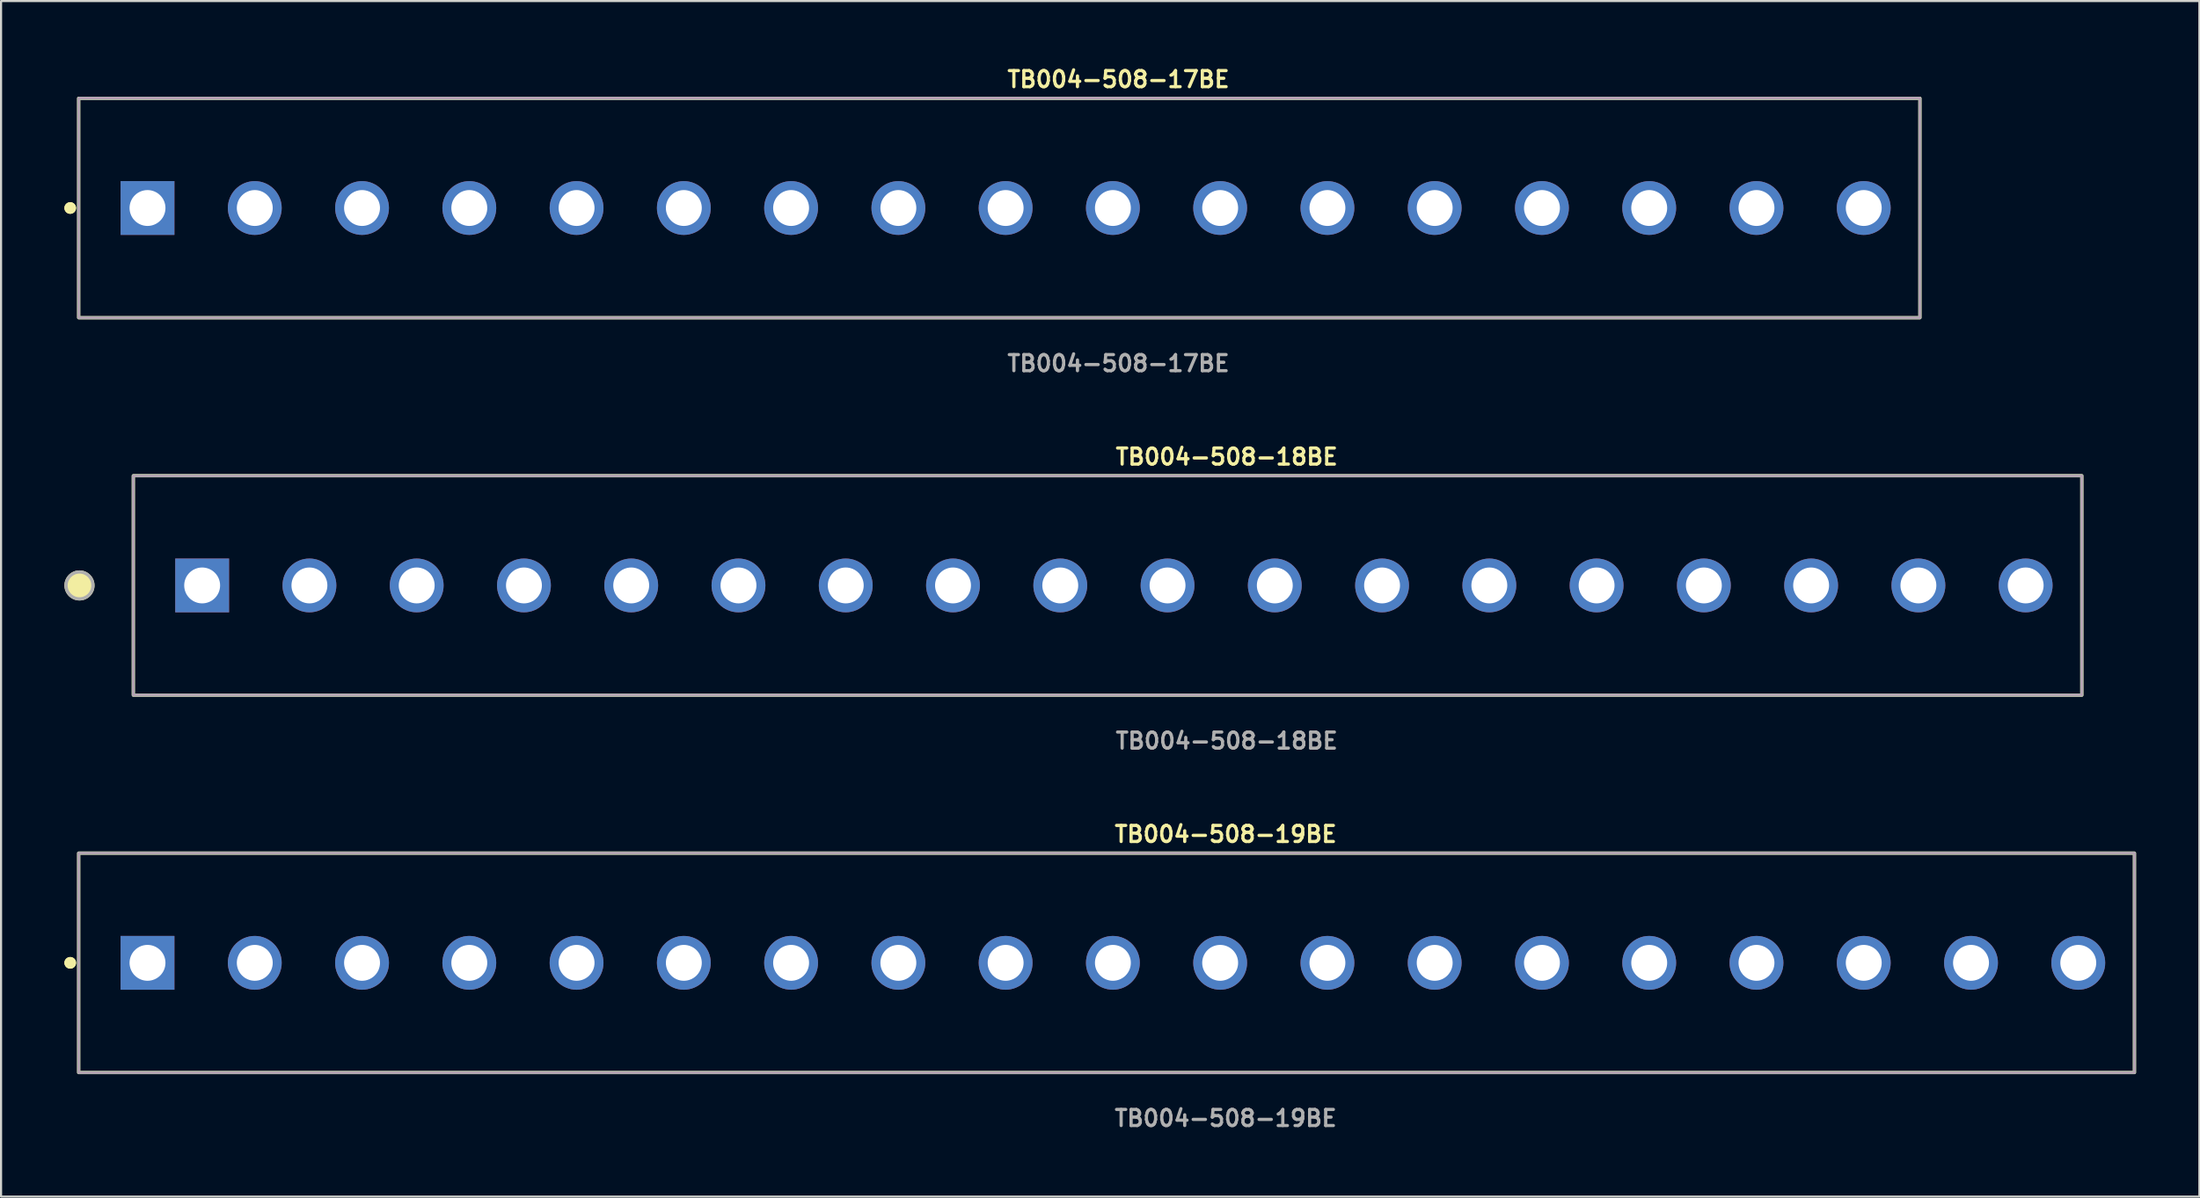
<source format=kicad_pcb>
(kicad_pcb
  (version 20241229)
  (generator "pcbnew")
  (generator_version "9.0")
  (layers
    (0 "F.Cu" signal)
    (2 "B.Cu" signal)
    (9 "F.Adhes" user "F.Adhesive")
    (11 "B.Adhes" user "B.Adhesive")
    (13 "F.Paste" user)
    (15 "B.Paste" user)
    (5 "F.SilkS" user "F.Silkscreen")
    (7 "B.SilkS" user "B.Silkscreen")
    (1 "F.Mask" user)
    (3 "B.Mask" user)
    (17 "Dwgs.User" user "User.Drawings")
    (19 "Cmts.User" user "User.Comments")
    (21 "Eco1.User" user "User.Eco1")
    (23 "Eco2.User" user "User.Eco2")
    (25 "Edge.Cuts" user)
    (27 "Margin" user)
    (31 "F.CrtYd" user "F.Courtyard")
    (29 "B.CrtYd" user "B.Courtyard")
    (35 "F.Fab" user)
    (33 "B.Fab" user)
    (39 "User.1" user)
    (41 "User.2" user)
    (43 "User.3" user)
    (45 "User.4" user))
  (footprint "TB004-508-18BE"
    (layer "F.Cu")
    (at 49.704 24.698)
    (property "Reference" "TB004-508-18BE" (at 0 -6.096 0) (unlocked yes) (layer "F.SilkS") (effects (font (size 0.762 0.762) (thickness 0.152)) (justify left)))
    (fp_rect (start -46.44 5.2) (end 45.84 -5.2) (stroke (width 0.152) (type solid)) (fill no) (layer "F.SilkS"))
    (fp_circle (center -48.99 0) (end -49.627 0) (stroke (width 0.152) (type solid)) (fill yes) (layer "F.SilkS"))
    (fp_rect (start -46.44 5.2) (end 45.84 -5.2) (stroke (width 0.006) (type solid)) (fill no) (layer "F.CrtYd"))
    (fp_rect (start -46.44 5.2) (end 45.84 -5.2) (stroke (width 0.152) (type solid)) (fill no) (layer "F.Fab"))
    (fp_circle (center -48.99 0) (end -49.627 0) (stroke (width 0.152) (type solid)) (fill no) (layer "F.Fab"))
    (fp_text user "${REFERENCE}" (at 0 7.366 0) (unlocked yes) (layer "F.Fab") (effects (font (size 0.762 0.762) (thickness 0.152)) (justify left)))
    (pad "1" thru_hole rect (at -43.18 0) (size 2.55 2.55) (drill 1.7) (layers "*.Cu" "*.Mask"))
    (pad "2" thru_hole circle (at -38.1 0) (size 2.55 2.55) (drill 1.7) (layers "*.Cu" "*.Mask"))
    (pad "3" thru_hole circle (at -33.02 0) (size 2.55 2.55) (drill 1.7) (layers "*.Cu" "*.Mask"))
    (pad "4" thru_hole circle (at -27.94 0) (size 2.55 2.55) (drill 1.7) (layers "*.Cu" "*.Mask"))
    (pad "5" thru_hole circle (at -22.86 0) (size 2.55 2.55) (drill 1.7) (layers "*.Cu" "*.Mask"))
    (pad "6" thru_hole circle (at -17.78 0) (size 2.55 2.55) (drill 1.7) (layers "*.Cu" "*.Mask"))
    (pad "7" thru_hole circle (at -12.7 0) (size 2.55 2.55) (drill 1.7) (layers "*.Cu" "*.Mask"))
    (pad "8" thru_hole circle (at -7.62 0) (size 2.55 2.55) (drill 1.7) (layers "*.Cu" "*.Mask"))
    (pad "9" thru_hole circle (at -2.54 0) (size 2.55 2.55) (drill 1.7) (layers "*.Cu" "*.Mask"))
    (pad "10" thru_hole circle (at 2.54 0) (size 2.55 2.55) (drill 1.7) (layers "*.Cu" "*.Mask"))
    (pad "11" thru_hole circle (at 7.62 0) (size 2.55 2.55) (drill 1.7) (layers "*.Cu" "*.Mask"))
    (pad "12" thru_hole circle (at 12.7 0) (size 2.55 2.55) (drill 1.7) (layers "*.Cu" "*.Mask"))
    (pad "13" thru_hole circle (at 17.78 0) (size 2.55 2.55) (drill 1.7) (layers "*.Cu" "*.Mask"))
    (pad "14" thru_hole circle (at 22.86 0) (size 2.55 2.55) (drill 1.7) (layers "*.Cu" "*.Mask"))
    (pad "15" thru_hole circle (at 27.94 0) (size 2.55 2.55) (drill 1.7) (layers "*.Cu" "*.Mask"))
    (pad "16" thru_hole circle (at 33.02 0) (size 2.55 2.55) (drill 1.7) (layers "*.Cu" "*.Mask"))
    (pad "17" thru_hole circle (at 38.1 0) (size 2.55 2.55) (drill 1.7) (layers "*.Cu" "*.Mask"))
    (pad "18" thru_hole circle (at 43.18 0) (size 2.55 2.55) (drill 1.7) (layers "*.Cu" "*.Mask")))
  (footprint "TB004-508-17BE"
    (layer "F.Cu")
    (at 44.576 6.809)
    (property "Reference" "TB004-508-17BE" (at 0 -6.096 0) (unlocked yes) (layer "F.SilkS") (effects (font (size 0.762 0.762) (thickness 0.152)) (justify left)))
    (fp_rect (start -43.9 5.2) (end 43.3 -5.2) (stroke (width 0.152) (type solid)) (fill no) (layer "F.SilkS"))
    (fp_circle (center -44.3 0) (end -44.5 0) (stroke (width 0.152) (type solid)) (fill yes) (layer "F.SilkS"))
    (fp_circle (center -44.3 0) (end -44.5 0) (stroke (width 0.152) (type solid)) (fill yes) (layer "F.SilkS"))
    (fp_rect (start -43.9 5.2) (end 43.3 -5.2) (stroke (width 0.006) (type solid)) (fill no) (layer "F.CrtYd"))
    (fp_rect (start -43.9 5.2) (end 43.3 -5.2) (stroke (width 0.152) (type solid)) (fill no) (layer "F.Fab"))
    (fp_text user "${REFERENCE}" (at 0 7.366 0) (unlocked yes) (layer "F.Fab") (effects (font (size 0.762 0.762) (thickness 0.152)) (justify left)))
    (pad "1" thru_hole rect (at -40.64 0) (size 2.55 2.55) (drill 1.7) (layers "*.Cu" "*.Mask"))
    (pad "2" thru_hole circle (at -35.56 0) (size 2.55 2.55) (drill 1.7) (layers "*.Cu" "*.Mask"))
    (pad "3" thru_hole circle (at -30.48 0) (size 2.55 2.55) (drill 1.7) (layers "*.Cu" "*.Mask"))
    (pad "4" thru_hole circle (at -25.4 0) (size 2.55 2.55) (drill 1.7) (layers "*.Cu" "*.Mask"))
    (pad "5" thru_hole circle (at -20.32 0) (size 2.55 2.55) (drill 1.7) (layers "*.Cu" "*.Mask"))
    (pad "6" thru_hole circle (at -15.24 0) (size 2.55 2.55) (drill 1.7) (layers "*.Cu" "*.Mask"))
    (pad "7" thru_hole circle (at -10.16 0) (size 2.55 2.55) (drill 1.7) (layers "*.Cu" "*.Mask"))
    (pad "8" thru_hole circle (at -5.08 0) (size 2.55 2.55) (drill 1.7) (layers "*.Cu" "*.Mask"))
    (pad "9" thru_hole circle (at 0 0) (size 2.55 2.55) (drill 1.7) (layers "*.Cu" "*.Mask"))
    (pad "10" thru_hole circle (at 5.08 0) (size 2.55 2.55) (drill 1.7) (layers "*.Cu" "*.Mask"))
    (pad "11" thru_hole circle (at 10.16 0) (size 2.55 2.55) (drill 1.7) (layers "*.Cu" "*.Mask"))
    (pad "12" thru_hole circle (at 15.24 0) (size 2.55 2.55) (drill 1.7) (layers "*.Cu" "*.Mask"))
    (pad "13" thru_hole circle (at 20.32 0) (size 2.55 2.55) (drill 1.7) (layers "*.Cu" "*.Mask"))
    (pad "14" thru_hole circle (at 25.4 0) (size 2.55 2.55) (drill 1.7) (layers "*.Cu" "*.Mask"))
    (pad "15" thru_hole circle (at 30.48 0) (size 2.55 2.55) (drill 1.7) (layers "*.Cu" "*.Mask"))
    (pad "16" thru_hole circle (at 35.56 0) (size 2.55 2.55) (drill 1.7) (layers "*.Cu" "*.Mask"))
    (pad "17" thru_hole circle (at 40.64 0) (size 2.55 2.55) (drill 1.7) (layers "*.Cu" "*.Mask")))
  (footprint "TB004-508-19BE"
    (layer "F.Cu")
    (at 49.656 42.586)
    (property "Reference" "TB004-508-19BE" (at 0 -6.096 0) (unlocked yes) (layer "F.SilkS") (effects (font (size 0.762 0.762) (thickness 0.152)) (justify left)))
    (fp_rect (start -48.98 5.2) (end 48.38 -5.2) (stroke (width 0.152) (type solid)) (fill no) (layer "F.SilkS"))
    (fp_circle (center -49.38 0) (end -49.58 0) (stroke (width 0.152) (type solid)) (fill yes) (layer "F.SilkS"))
    (fp_circle (center -49.38 0) (end -49.58 0) (stroke (width 0.152) (type solid)) (fill yes) (layer "F.SilkS"))
    (fp_rect (start -48.98 5.2) (end 48.38 -5.2) (stroke (width 0.006) (type solid)) (fill no) (layer "F.CrtYd"))
    (fp_rect (start -48.98 5.2) (end 48.38 -5.2) (stroke (width 0.152) (type solid)) (fill no) (layer "F.Fab"))
    (fp_text user "${REFERENCE}" (at 0 7.366 0) (unlocked yes) (layer "F.Fab") (effects (font (size 0.762 0.762) (thickness 0.152)) (justify left)))
    (pad "1" thru_hole rect (at -45.72 0) (size 2.55 2.55) (drill 1.7) (layers "*.Cu" "*.Mask"))
    (pad "2" thru_hole circle (at -40.64 0) (size 2.55 2.55) (drill 1.7) (layers "*.Cu" "*.Mask"))
    (pad "3" thru_hole circle (at -35.56 0) (size 2.55 2.55) (drill 1.7) (layers "*.Cu" "*.Mask"))
    (pad "4" thru_hole circle (at -30.48 0) (size 2.55 2.55) (drill 1.7) (layers "*.Cu" "*.Mask"))
    (pad "5" thru_hole circle (at -25.4 0) (size 2.55 2.55) (drill 1.7) (layers "*.Cu" "*.Mask"))
    (pad "6" thru_hole circle (at -20.32 0) (size 2.55 2.55) (drill 1.7) (layers "*.Cu" "*.Mask"))
    (pad "7" thru_hole circle (at -15.24 0) (size 2.55 2.55) (drill 1.7) (layers "*.Cu" "*.Mask"))
    (pad "8" thru_hole circle (at -10.16 0) (size 2.55 2.55) (drill 1.7) (layers "*.Cu" "*.Mask"))
    (pad "9" thru_hole circle (at -5.08 0) (size 2.55 2.55) (drill 1.7) (layers "*.Cu" "*.Mask"))
    (pad "10" thru_hole circle (at 0 0) (size 2.55 2.55) (drill 1.7) (layers "*.Cu" "*.Mask"))
    (pad "11" thru_hole circle (at 5.08 0) (size 2.55 2.55) (drill 1.7) (layers "*.Cu" "*.Mask"))
    (pad "12" thru_hole circle (at 10.16 0) (size 2.55 2.55) (drill 1.7) (layers "*.Cu" "*.Mask"))
    (pad "13" thru_hole circle (at 15.24 0) (size 2.55 2.55) (drill 1.7) (layers "*.Cu" "*.Mask"))
    (pad "14" thru_hole circle (at 20.32 0) (size 2.55 2.55) (drill 1.7) (layers "*.Cu" "*.Mask"))
    (pad "15" thru_hole circle (at 25.4 0) (size 2.55 2.55) (drill 1.7) (layers "*.Cu" "*.Mask"))
    (pad "16" thru_hole circle (at 30.48 0) (size 2.55 2.55) (drill 1.7) (layers "*.Cu" "*.Mask"))
    (pad "17" thru_hole circle (at 35.56 0) (size 2.55 2.55) (drill 1.7) (layers "*.Cu" "*.Mask"))
    (pad "18" thru_hole circle (at 40.64 0) (size 2.55 2.55) (drill 1.7) (layers "*.Cu" "*.Mask"))
    (pad "19" thru_hole circle (at 45.72 0) (size 2.55 2.55) (drill 1.7) (layers "*.Cu" "*.Mask")))
  (gr_rect
    (start -3 -3)
    (end 101.112 53.665)
    (stroke (width 0.1) (type default))
    (fill no)
    (layer "Edge.Cuts")))
</source>
